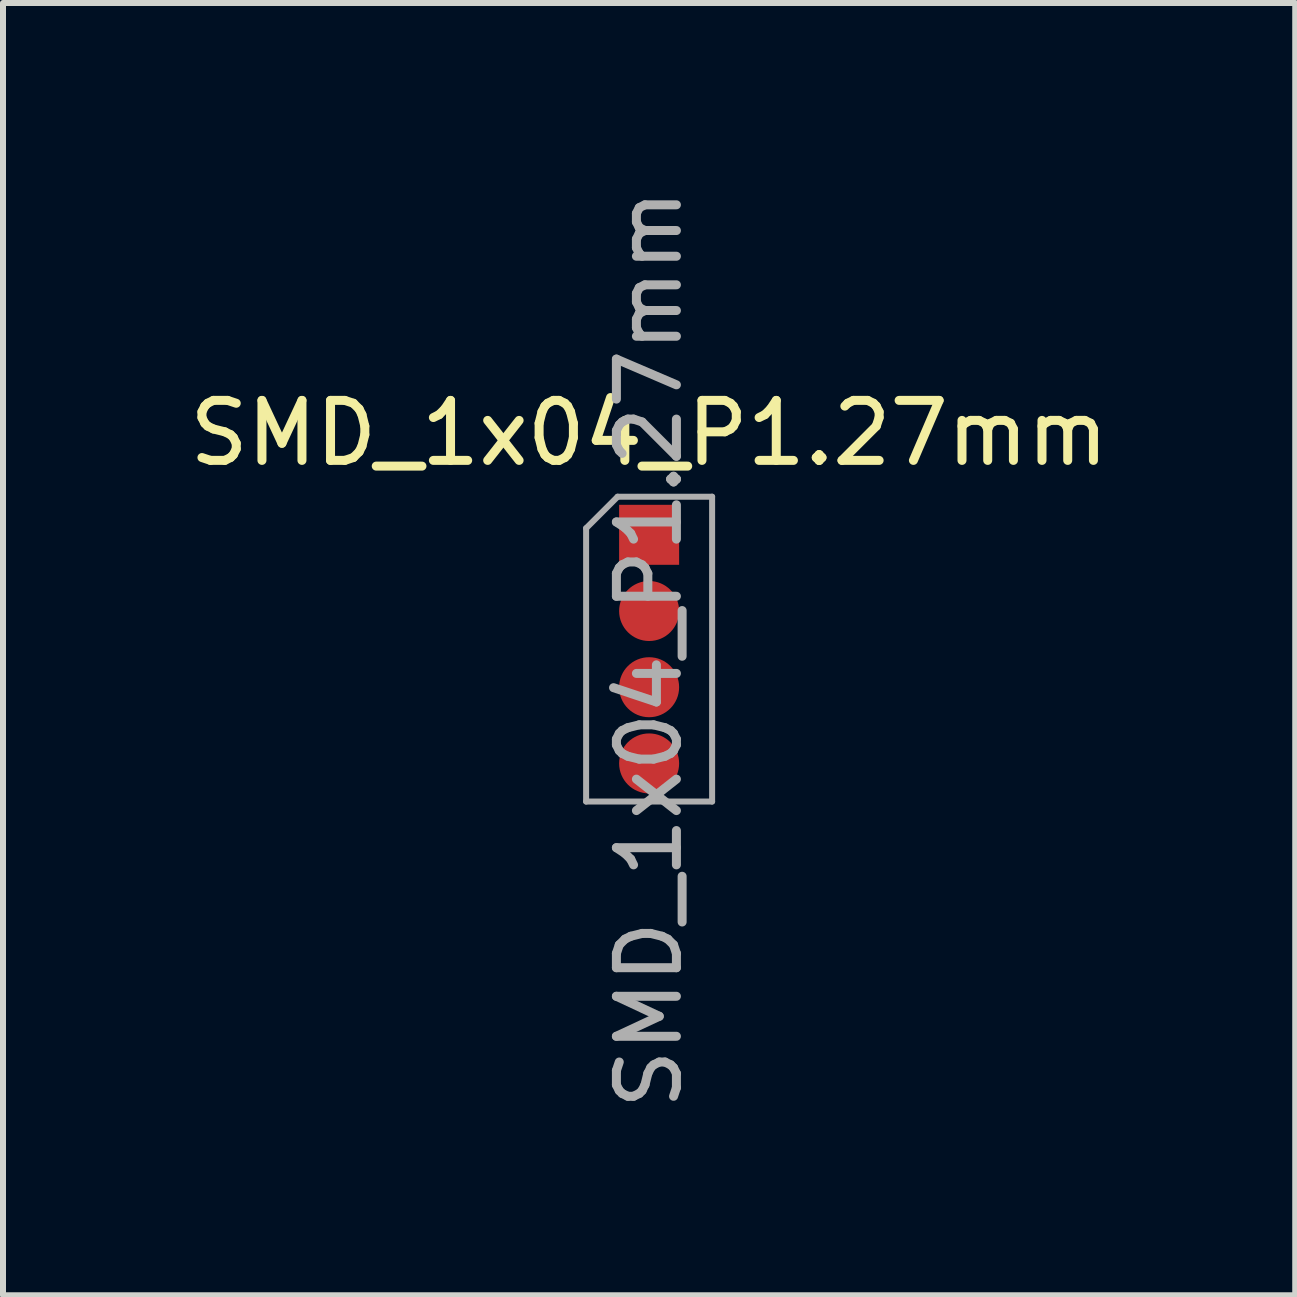
<source format=kicad_pcb>
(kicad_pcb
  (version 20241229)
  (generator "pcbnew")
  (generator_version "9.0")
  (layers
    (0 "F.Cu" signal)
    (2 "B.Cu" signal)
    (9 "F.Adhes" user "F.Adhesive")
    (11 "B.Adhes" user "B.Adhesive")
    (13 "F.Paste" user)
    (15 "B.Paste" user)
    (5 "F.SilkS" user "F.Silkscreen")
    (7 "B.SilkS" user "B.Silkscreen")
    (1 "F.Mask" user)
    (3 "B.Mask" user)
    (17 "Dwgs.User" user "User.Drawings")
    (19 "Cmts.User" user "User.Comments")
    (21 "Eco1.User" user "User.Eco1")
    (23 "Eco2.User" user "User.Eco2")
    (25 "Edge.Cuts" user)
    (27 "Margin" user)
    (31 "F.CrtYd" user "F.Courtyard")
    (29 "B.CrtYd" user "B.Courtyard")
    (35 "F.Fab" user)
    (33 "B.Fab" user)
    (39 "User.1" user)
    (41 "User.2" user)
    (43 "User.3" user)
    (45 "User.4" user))
  (footprint "SMD_1x04_P1.27mm"
    (layer "F.Cu")
    (at 7.768 5.863)
    (property "Reference" "SMD_1x04_P1.27mm" (at 0 -1.695 0) (layer "F.SilkS") (effects (font (size 1 1) (thickness 0.15))))
    (attr through_hole)
    (fp_line (start -1.05 -0.11) (end -0.525 -0.635) (stroke (width 0.1) (type solid)) (layer "F.Fab"))
    (fp_line (start -1.05 4.445) (end -1.05 -0.11) (stroke (width 0.1) (type solid)) (layer "F.Fab"))
    (fp_line (start -0.525 -0.635) (end 1.05 -0.635) (stroke (width 0.1) (type solid)) (layer "F.Fab"))
    (fp_line (start 1.05 -0.635) (end 1.05 4.445) (stroke (width 0.1) (type solid)) (layer "F.Fab"))
    (fp_line (start 1.05 4.445) (end -1.05 4.445) (stroke (width 0.1) (type solid)) (layer "F.Fab"))
    (fp_text user "${REFERENCE}" (at 0 1.905 90) (layer "F.Fab") (effects (font (size 1 1) (thickness 0.15))))
    (pad "1" smd rect (at 0 0) (size 1 1) (layers "F.Cu" "F.Mask" "F.Paste"))
    (pad "2" smd oval (at 0 1.27) (size 1 1) (layers "F.Cu" "F.Mask" "F.Paste"))
    (pad "3" smd oval (at 0 2.54) (size 1 1) (layers "F.Cu" "F.Mask" "F.Paste"))
    (pad "4" smd oval (at 0 3.81) (size 1 1) (layers "F.Cu" "F.Mask" "F.Paste")))
  (gr_rect
    (start -3 -3)
    (end 18.536 18.536)
    (stroke (width 0.1) (type default))
    (fill no)
    (layer "Edge.Cuts")))
</source>
